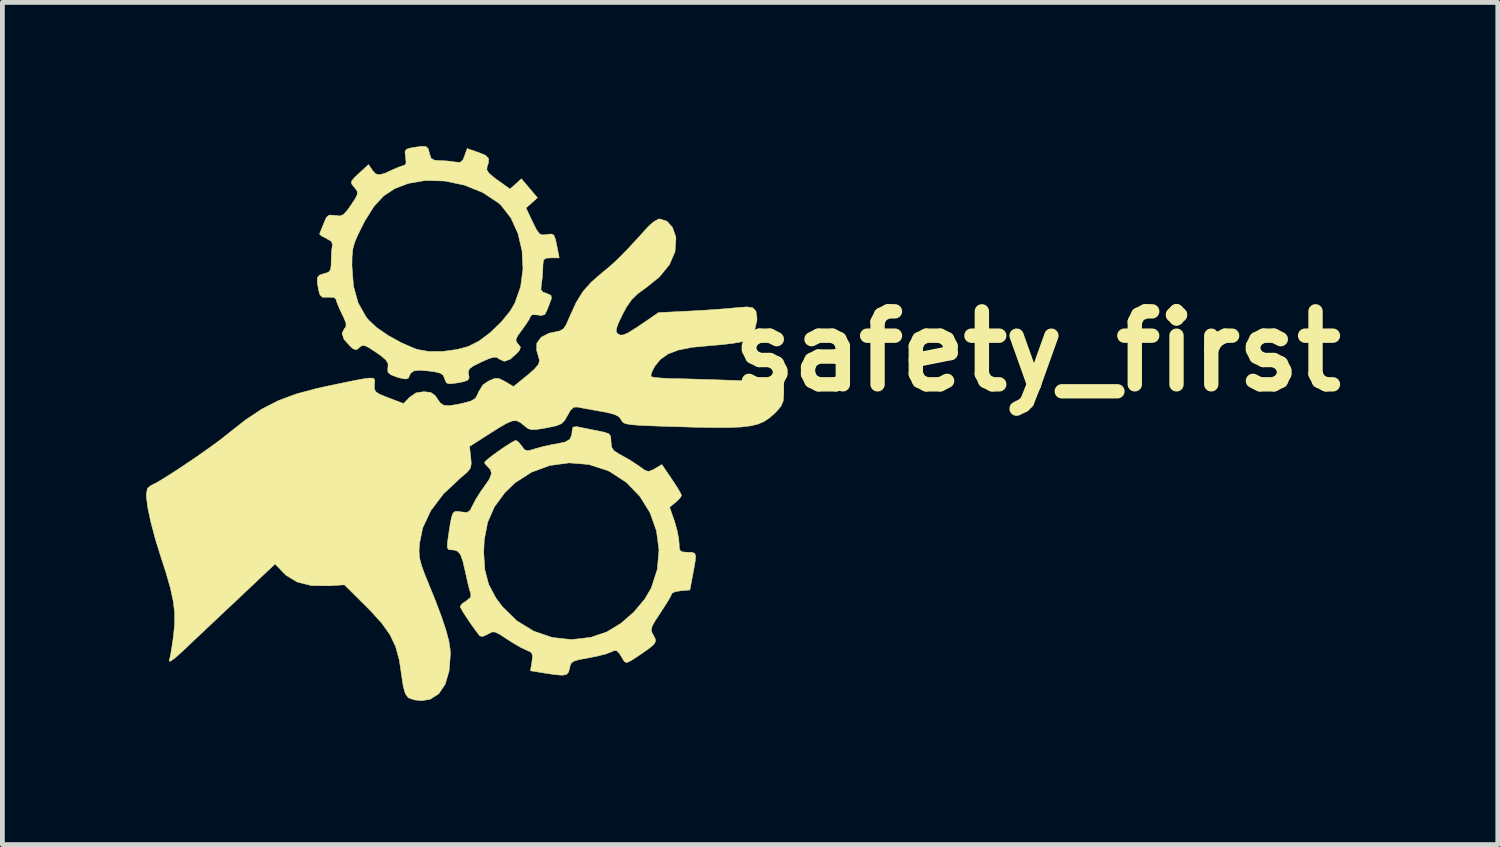
<source format=kicad_pcb>
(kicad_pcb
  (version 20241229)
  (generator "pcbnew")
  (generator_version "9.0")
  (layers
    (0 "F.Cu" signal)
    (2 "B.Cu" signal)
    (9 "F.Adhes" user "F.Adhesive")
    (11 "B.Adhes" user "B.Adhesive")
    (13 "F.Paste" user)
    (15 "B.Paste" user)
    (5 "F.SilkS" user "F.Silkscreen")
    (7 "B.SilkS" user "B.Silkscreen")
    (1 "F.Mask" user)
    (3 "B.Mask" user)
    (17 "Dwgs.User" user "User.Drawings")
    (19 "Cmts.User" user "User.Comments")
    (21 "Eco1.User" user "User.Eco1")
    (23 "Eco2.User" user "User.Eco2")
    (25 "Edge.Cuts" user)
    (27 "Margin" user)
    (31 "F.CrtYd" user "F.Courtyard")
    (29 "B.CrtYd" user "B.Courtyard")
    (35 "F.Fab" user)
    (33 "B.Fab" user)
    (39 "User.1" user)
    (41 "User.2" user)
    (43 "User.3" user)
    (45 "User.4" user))
  (footprint "safety_first"
    (layer "F.Cu")
    (at 6.761 5.585)
    (property "Reference" "safety_first" (at 11.85 -1.3 0) (layer "F.SilkS") (effects (font (size 1.524 1.524) (thickness 0.3))))
    (attr through_hole)
    (fp_poly (pts (xy 2.248 0.276) (xy 2.361 0.299) (xy 2.529 0.333) (xy 2.654 0.357) (xy 2.818 0.392) (xy 2.905 0.426) (xy 2.94 0.48) (xy 2.946 0.572) (xy 2.946 0.587) (xy 2.958 0.7) (xy 3.009 0.777) (xy 3.124 0.85) (xy 3.162 0.87) (xy 3.338 0.969) (xy 3.509 1.081) (xy 3.547 1.108) (xy 3.658 1.187) (xy 3.733 1.208) (xy 3.815 1.177) (xy 3.862 1.151) (xy 4.008 1.064) (xy 4.214 1.368) (xy 4.315 1.521) (xy 4.388 1.643) (xy 4.419 1.708) (xy 4.42 1.71) (xy 4.384 1.766) (xy 4.299 1.849) (xy 4.294 1.852) (xy 4.169 1.956) (xy 4.267 2.235) (xy 4.323 2.428) (xy 4.36 2.616) (xy 4.367 2.705) (xy 4.375 2.83) (xy 4.414 2.883) (xy 4.512 2.895) (xy 4.547 2.896) (xy 4.638 2.898) (xy 4.692 2.917) (xy 4.713 2.972) (xy 4.704 3.082) (xy 4.672 3.266) (xy 4.655 3.353) (xy 4.593 3.683) (xy 4.405 3.699) (xy 4.283 3.719) (xy 4.219 3.751) (xy 4.216 3.758) (xy 4.19 3.818) (xy 4.119 3.939) (xy 4.018 4.097) (xy 3.984 4.148) (xy 3.871 4.321) (xy 3.807 4.433) (xy 3.787 4.509) (xy 3.801 4.573) (xy 3.831 4.628) (xy 3.869 4.701) (xy 3.875 4.76) (xy 3.838 4.821) (xy 3.745 4.9) (xy 3.584 5.013) (xy 3.495 5.073) (xy 3.358 5.162) (xy 3.279 5.197) (xy 3.233 5.184) (xy 3.204 5.144) (xy 3.124 5.011) (xy 3.068 4.951) (xy 3.011 4.948) (xy 2.945 4.979) (xy 2.836 5.019) (xy 2.665 5.063) (xy 2.468 5.102) (xy 2.281 5.137) (xy 2.17 5.169) (xy 2.114 5.212) (xy 2.089 5.279) (xy 2.082 5.311) (xy 2.06 5.397) (xy 2.016 5.446) (xy 1.93 5.463) (xy 1.781 5.451) (xy 1.584 5.422) (xy 1.264 5.37) (xy 1.296 5.18) (xy 1.309 5.053) (xy 1.281 4.987) (xy 1.193 4.943) (xy 1.185 4.94) (xy 1.065 4.884) (xy 0.904 4.791) (xy 0.771 4.706) (xy 0.623 4.609) (xy 0.529 4.562) (xy 0.462 4.56) (xy 0.392 4.595) (xy 0.375 4.606) (xy 0.271 4.653) (xy 0.209 4.643) (xy 0.126 4.537) (xy 0.026 4.398) (xy -0.074 4.251) (xy -0.155 4.123) (xy -0.199 4.041) (xy -0.203 4.028) (xy -0.163 3.971) (xy -0.074 3.911) (xy 0.018 3.834) (xy 0.019 3.762) (xy -0.008 3.676) (xy -0.047 3.521) (xy -0.09 3.33) (xy -0.096 3.302) (xy -0.146 3.085) (xy -0.194 2.949) (xy -0.236 2.896) (xy 0.288 2.896) (xy 0.311 3.259) (xy 0.392 3.566) (xy 0.542 3.85) (xy 0.682 4.037) (xy 0.983 4.33) (xy 1.335 4.544) (xy 1.72 4.675) (xy 2.122 4.719) (xy 2.526 4.672) (xy 2.858 4.559) (xy 3.147 4.385) (xy 3.422 4.146) (xy 3.653 3.871) (xy 3.788 3.64) (xy 3.914 3.248) (xy 3.948 2.845) (xy 3.895 2.448) (xy 3.761 2.071) (xy 3.55 1.73) (xy 3.27 1.439) (xy 2.926 1.214) (xy 2.872 1.188) (xy 2.48 1.062) (xy 2.073 1.029) (xy 1.669 1.084) (xy 1.286 1.224) (xy 0.941 1.446) (xy 0.73 1.65) (xy 0.51 1.95) (xy 0.37 2.271) (xy 0.3 2.636) (xy 0.288 2.896) (xy -0.236 2.896) (xy -0.251 2.877) (xy -0.329 2.849) (xy -0.386 2.846) (xy -0.445 2.838) (xy -0.471 2.801) (xy -0.47 2.711) (xy -0.449 2.553) (xy -0.413 2.316) (xy -0.384 2.164) (xy -0.352 2.078) (xy -0.308 2.043) (xy -0.244 2.042) (xy -0.182 2.053) (xy -0.063 2.065) (xy 0.003 2.024) (xy 0.054 1.922) (xy 0.126 1.785) (xy 0.231 1.62) (xy 0.289 1.54) (xy 0.404 1.373) (xy 0.45 1.257) (xy 0.431 1.171) (xy 0.381 1.118) (xy 0.317 1.049) (xy 0.305 1.019) (xy 0.344 0.976) (xy 0.443 0.896) (xy 0.578 0.797) (xy 0.723 0.697) (xy 0.853 0.614) (xy 0.942 0.565) (xy 0.963 0.559) (xy 1.018 0.597) (xy 1.084 0.681) (xy 1.143 0.756) (xy 1.207 0.777) (xy 1.316 0.75) (xy 1.357 0.736) (xy 1.529 0.688) (xy 1.733 0.644) (xy 1.803 0.633) (xy 1.985 0.595) (xy 2.085 0.538) (xy 2.127 0.445) (xy 2.133 0.367) (xy 2.153 0.283) (xy 2.229 0.273) (xy 2.248 0.276)) (stroke (width 0.01) (type solid)) (fill yes) (layer "F.SilkS"))
    (fp_poly (pts (xy -0.92 -5.576) (xy -0.873 -5.535) (xy -0.848 -5.447) (xy -0.846 -5.436) (xy -0.811 -5.331) (xy -0.74 -5.289) (xy -0.643 -5.283) (xy -0.469 -5.274) (xy -0.318 -5.253) (xy -0.208 -5.244) (xy -0.148 -5.291) (xy -0.112 -5.378) (xy -0.057 -5.533) (xy 0.174 -5.454) (xy 0.324 -5.394) (xy 0.389 -5.329) (xy 0.387 -5.235) (xy 0.36 -5.157) (xy 0.353 -5.09) (xy 0.397 -5.019) (xy 0.508 -4.925) (xy 0.579 -4.873) (xy 0.838 -4.688) (xy 1.076 -4.902) (xy 1.243 -4.704) (xy 1.41 -4.506) (xy 1.291 -4.399) (xy 1.171 -4.293) (xy 1.309 -4.001) (xy 1.388 -3.843) (xy 1.446 -3.759) (xy 1.507 -3.73) (xy 1.59 -3.736) (xy 1.605 -3.739) (xy 1.698 -3.75) (xy 1.751 -3.727) (xy 1.785 -3.645) (xy 1.814 -3.509) (xy 1.865 -3.251) (xy 1.694 -3.251) (xy 1.584 -3.244) (xy 1.536 -3.203) (xy 1.524 -3.099) (xy 1.524 -3.054) (xy 1.515 -2.877) (xy 1.495 -2.711) (xy 1.493 -2.701) (xy 1.482 -2.589) (xy 1.525 -2.535) (xy 1.597 -2.511) (xy 1.693 -2.468) (xy 1.702 -2.4) (xy 1.7 -2.394) (xy 1.658 -2.285) (xy 1.614 -2.169) (xy 1.564 -2.07) (xy 1.487 -2.047) (xy 1.416 -2.059) (xy 1.309 -2.067) (xy 1.27 -2.04) (xy 1.241 -1.974) (xy 1.167 -1.859) (xy 1.097 -1.762) (xy 1.001 -1.63) (xy 0.962 -1.55) (xy 0.972 -1.494) (xy 1.005 -1.455) (xy 1.055 -1.389) (xy 1.038 -1.327) (xy 0.988 -1.267) (xy 0.839 -1.133) (xy 0.717 -1.091) (xy 0.618 -1.136) (xy 0.561 -1.174) (xy 0.494 -1.177) (xy 0.387 -1.143) (xy 0.238 -1.077) (xy 0.077 -0.997) (xy -0.007 -0.937) (xy -0.034 -0.878) (xy -0.028 -0.829) (xy -0.016 -0.748) (xy -0.045 -0.698) (xy -0.136 -0.665) (xy -0.286 -0.637) (xy -0.42 -0.621) (xy -0.487 -0.639) (xy -0.52 -0.703) (xy -0.527 -0.728) (xy -0.556 -0.8) (xy -0.617 -0.843) (xy -0.734 -0.872) (xy -0.869 -0.89) (xy -1.058 -0.905) (xy -1.172 -0.891) (xy -1.24 -0.837) (xy -1.286 -0.738) (xy -1.341 -0.721) (xy -1.468 -0.745) (xy -1.519 -0.76) (xy -1.653 -0.812) (xy -1.711 -0.863) (xy -1.715 -0.939) (xy -1.711 -0.962) (xy -1.709 -1.042) (xy -1.75 -1.115) (xy -1.85 -1.202) (xy -1.956 -1.277) (xy -2.104 -1.375) (xy -2.196 -1.42) (xy -2.256 -1.419) (xy -2.305 -1.382) (xy -2.37 -1.332) (xy -2.433 -1.35) (xy -2.492 -1.4) (xy -2.628 -1.551) (xy -2.67 -1.674) (xy -2.626 -1.764) (xy -2.587 -1.819) (xy -2.587 -1.888) (xy -2.632 -2.001) (xy -2.672 -2.083) (xy -2.741 -2.231) (xy -2.785 -2.346) (xy -2.794 -2.386) (xy -2.839 -2.426) (xy -2.959 -2.43) (xy -3.075 -2.429) (xy -3.131 -2.479) (xy -3.156 -2.565) (xy -3.187 -2.739) (xy -3.184 -2.84) (xy -3.137 -2.893) (xy -3.048 -2.921) (xy -2.956 -2.949) (xy -2.911 -3) (xy -2.899 -3.085) (xy -2.463 -3.085) (xy -2.463 -3.08) (xy -2.431 -2.662) (xy -2.334 -2.312) (xy -2.168 -2.018) (xy -2.11 -1.947) (xy -1.942 -1.792) (xy -1.706 -1.63) (xy -1.434 -1.48) (xy -1.158 -1.36) (xy -1.095 -1.338) (xy -0.859 -1.296) (xy -0.571 -1.297) (xy -0.268 -1.338) (xy -0.035 -1.401) (xy 0.188 -1.513) (xy 0.427 -1.692) (xy 0.655 -1.911) (xy 0.844 -2.144) (xy 0.937 -2.302) (xy 1.059 -2.648) (xy 1.108 -3.02) (xy 1.089 -3.397) (xy 1.004 -3.759) (xy 0.858 -4.082) (xy 0.654 -4.346) (xy 0.598 -4.397) (xy 0.271 -4.614) (xy -0.111 -4.769) (xy -0.52 -4.855) (xy -0.928 -4.867) (xy -1.284 -4.806) (xy -1.57 -4.697) (xy -1.803 -4.543) (xy -2.003 -4.326) (xy -2.189 -4.031) (xy -2.235 -3.942) (xy -2.341 -3.728) (xy -2.408 -3.57) (xy -2.445 -3.432) (xy -2.46 -3.282) (xy -2.463 -3.085) (xy -2.899 -3.085) (xy -2.897 -3.105) (xy -2.896 -3.2) (xy -2.89 -3.361) (xy -2.876 -3.486) (xy -2.868 -3.519) (xy -2.889 -3.593) (xy -2.996 -3.657) (xy -3.098 -3.709) (xy -3.139 -3.75) (xy -3.139 -3.753) (xy -3.112 -3.817) (xy -3.065 -3.936) (xy -3.05 -3.975) (xy -2.996 -4.097) (xy -2.937 -4.144) (xy -2.842 -4.141) (xy -2.815 -4.136) (xy -2.715 -4.126) (xy -2.641 -4.155) (xy -2.562 -4.24) (xy -2.495 -4.335) (xy -2.396 -4.483) (xy -2.35 -4.577) (xy -2.353 -4.643) (xy -2.4 -4.71) (xy -2.425 -4.738) (xy -2.471 -4.798) (xy -2.471 -4.852) (xy -2.413 -4.924) (xy -2.314 -5.017) (xy -2.116 -5.199) (xy -2.042 -5.089) (xy -1.976 -5.01) (xy -1.9 -4.985) (xy -1.786 -5.013) (xy -1.638 -5.08) (xy -1.498 -5.141) (xy -1.393 -5.178) (xy -1.368 -5.182) (xy -1.332 -5.226) (xy -1.342 -5.353) (xy -1.356 -5.465) (xy -1.326 -5.519) (xy -1.226 -5.548) (xy -1.182 -5.555) (xy -1.014 -5.58) (xy -0.92 -5.576)) (stroke (width 0.01) (type solid)) (fill yes) (layer "F.SilkS"))
    (fp_poly (pts (xy 4.112 -4.017) (xy 4.229 -3.889) (xy 4.296 -3.698) (xy 4.302 -3.656) (xy 4.282 -3.379) (xy 4.166 -3.109) (xy 3.956 -2.853) (xy 3.697 -2.644) (xy 3.507 -2.505) (xy 3.375 -2.377) (xy 3.269 -2.225) (xy 3.186 -2.069) (xy 3.099 -1.886) (xy 3.058 -1.77) (xy 3.058 -1.702) (xy 3.081 -1.67) (xy 3.135 -1.64) (xy 3.202 -1.642) (xy 3.3 -1.684) (xy 3.446 -1.774) (xy 3.621 -1.891) (xy 3.937 -2.108) (xy 4.597 -2.141) (xy 4.882 -2.157) (xy 5.164 -2.176) (xy 5.41 -2.195) (xy 5.58 -2.212) (xy 5.784 -2.228) (xy 5.907 -2.208) (xy 5.971 -2.14) (xy 5.992 -2.013) (xy 5.994 -1.954) (xy 5.947 -1.751) (xy 5.82 -1.582) (xy 5.727 -1.517) (xy 5.634 -1.49) (xy 5.464 -1.463) (xy 5.243 -1.438) (xy 5.019 -1.42) (xy 4.643 -1.384) (xy 4.353 -1.327) (xy 4.134 -1.244) (xy 3.972 -1.128) (xy 3.857 -0.984) (xy 3.797 -0.866) (xy 3.778 -0.785) (xy 3.783 -0.772) (xy 3.846 -0.756) (xy 3.987 -0.742) (xy 4.182 -0.732) (xy 4.31 -0.729) (xy 4.535 -0.724) (xy 4.83 -0.715) (xy 5.164 -0.705) (xy 5.507 -0.692) (xy 5.677 -0.686) (xy 6.553 -0.65) (xy 6.553 -0.419) (xy 6.543 -0.269) (xy 6.499 -0.159) (xy 6.402 -0.044) (xy 6.356 0.000396) (xy 6.251 0.092) (xy 6.143 0.164) (xy 6.019 0.218) (xy 5.866 0.256) (xy 5.67 0.28) (xy 5.42 0.291) (xy 5.101 0.292) (xy 4.701 0.285) (xy 4.437 0.277) (xy 4.054 0.266) (xy 3.759 0.255) (xy 3.541 0.245) (xy 3.387 0.233) (xy 3.285 0.218) (xy 3.222 0.199) (xy 3.186 0.173) (xy 3.165 0.141) (xy 3.16 0.13) (xy 3.112 0.066) (xy 3.021 0.018) (xy 2.866 -0.022) (xy 2.736 -0.046) (xy 2.537 -0.082) (xy 2.365 -0.113) (xy 2.255 -0.135) (xy 2.251 -0.136) (xy 2.17 -0.134) (xy 2.1 -0.07) (xy 2.039 0.037) (xy 1.978 0.144) (xy 1.912 0.21) (xy 1.81 0.253) (xy 1.644 0.289) (xy 1.597 0.298) (xy 1.412 0.329) (xy 1.297 0.336) (xy 1.222 0.318) (xy 1.156 0.271) (xy 1.149 0.264) (xy 1.056 0.187) (xy 0.974 0.149) (xy 0.883 0.153) (xy 0.761 0.205) (xy 0.588 0.306) (xy 0.454 0.391) (xy -0.008 0.686) (xy 0.018 0.917) (xy 0.028 1.048) (xy 0.01 1.138) (xy -0.052 1.219) (xy -0.175 1.325) (xy -0.194 1.34) (xy -0.553 1.677) (xy -0.818 2.028) (xy -0.987 2.39) (xy -1.054 2.72) (xy -1.062 2.881) (xy -1.05 3.019) (xy -1.012 3.168) (xy -0.942 3.36) (xy -0.891 3.484) (xy -0.72 3.905) (xy -0.591 4.248) (xy -0.499 4.524) (xy -0.44 4.746) (xy -0.412 4.927) (xy -0.407 5.019) (xy -0.434 5.372) (xy -0.516 5.65) (xy -0.649 5.849) (xy -0.83 5.965) (xy -1.01 5.994) (xy -1.162 5.977) (xy -1.281 5.935) (xy -1.29 5.928) (xy -1.348 5.848) (xy -1.392 5.693) (xy -1.423 5.483) (xy -1.474 5.145) (xy -1.55 4.867) (xy -1.666 4.622) (xy -1.835 4.382) (xy -2.071 4.121) (xy -2.156 4.036) (xy -2.62 3.575) (xy -2.949 3.596) (xy -3.313 3.59) (xy -3.606 3.517) (xy -3.837 3.377) (xy -3.899 3.317) (xy -4.067 3.139) (xy -4.891 3.916) (xy -5.153 4.162) (xy -5.409 4.404) (xy -5.645 4.626) (xy -5.843 4.813) (xy -5.987 4.95) (xy -6.014 4.975) (xy -6.154 5.1) (xy -6.246 5.167) (xy -6.28 5.17) (xy -6.278 5.156) (xy -6.254 5.06) (xy -6.225 4.894) (xy -6.195 4.69) (xy -6.188 4.636) (xy -6.164 4.389) (xy -6.165 4.156) (xy -6.194 3.915) (xy -6.253 3.643) (xy -6.347 3.316) (xy -6.434 3.048) (xy -6.562 2.639) (xy -6.66 2.272) (xy -6.726 1.964) (xy -6.755 1.729) (xy -6.756 1.693) (xy -6.734 1.563) (xy -6.66 1.5) (xy -6.653 1.498) (xy -6.558 1.452) (xy -6.399 1.358) (xy -6.194 1.228) (xy -5.96 1.074) (xy -5.715 0.908) (xy -5.477 0.741) (xy -5.264 0.587) (xy -5.094 0.456) (xy -5.055 0.424) (xy -4.684 0.132) (xy -4.342 -0.095) (xy -4 -0.27) (xy -3.628 -0.409) (xy -3.197 -0.525) (xy -2.971 -0.574) (xy -2.632 -0.645) (xy -2.381 -0.696) (xy -2.204 -0.728) (xy -2.089 -0.742) (xy -2.022 -0.739) (xy -1.993 -0.717) (xy -1.987 -0.679) (xy -1.992 -0.624) (xy -1.993 -0.606) (xy -1.995 -0.517) (xy -1.966 -0.457) (xy -1.888 -0.405) (xy -1.739 -0.344) (xy -1.695 -0.327) (xy -1.384 -0.209) (xy -1.267 -0.333) (xy -1.126 -0.432) (xy -0.959 -0.457) (xy -0.817 -0.441) (xy -0.726 -0.377) (xy -0.678 -0.305) (xy -0.615 -0.217) (xy -0.541 -0.172) (xy -0.432 -0.164) (xy -0.263 -0.191) (xy -0.127 -0.221) (xy 0.029 -0.265) (xy 0.116 -0.319) (xy 0.164 -0.406) (xy 0.174 -0.439) (xy 0.27 -0.598) (xy 0.396 -0.683) (xy 0.517 -0.733) (xy 0.605 -0.733) (xy 0.714 -0.68) (xy 0.741 -0.665) (xy 0.911 -0.564) (xy 1.194 -0.794) (xy 1.352 -0.932) (xy 1.434 -1.032) (xy 1.453 -1.108) (xy 1.45 -1.122) (xy 1.412 -1.257) (xy 1.393 -1.323) (xy 1.397 -1.47) (xy 1.488 -1.594) (xy 1.651 -1.677) (xy 1.741 -1.697) (xy 1.866 -1.722) (xy 1.946 -1.763) (xy 2.007 -1.848) (xy 2.074 -2) (xy 2.083 -2.021) (xy 2.217 -2.315) (xy 2.357 -2.543) (xy 2.529 -2.739) (xy 2.753 -2.934) (xy 2.889 -3.045) (xy 3.015 -3.156) (xy 3.146 -3.283) (xy 3.299 -3.44) (xy 3.488 -3.644) (xy 3.72 -3.899) (xy 3.832 -4.001) (xy 3.934 -4.059) (xy 3.961 -4.064) (xy 4.112 -4.017)) (stroke (width 0.01) (type solid)) (fill yes) (layer "F.SilkS")))
  (gr_rect
    (start -3 -3)
    (end 28.222 14.584)
    (stroke (width 0.1) (type default))
    (fill no)
    (layer "Edge.Cuts")))
</source>
